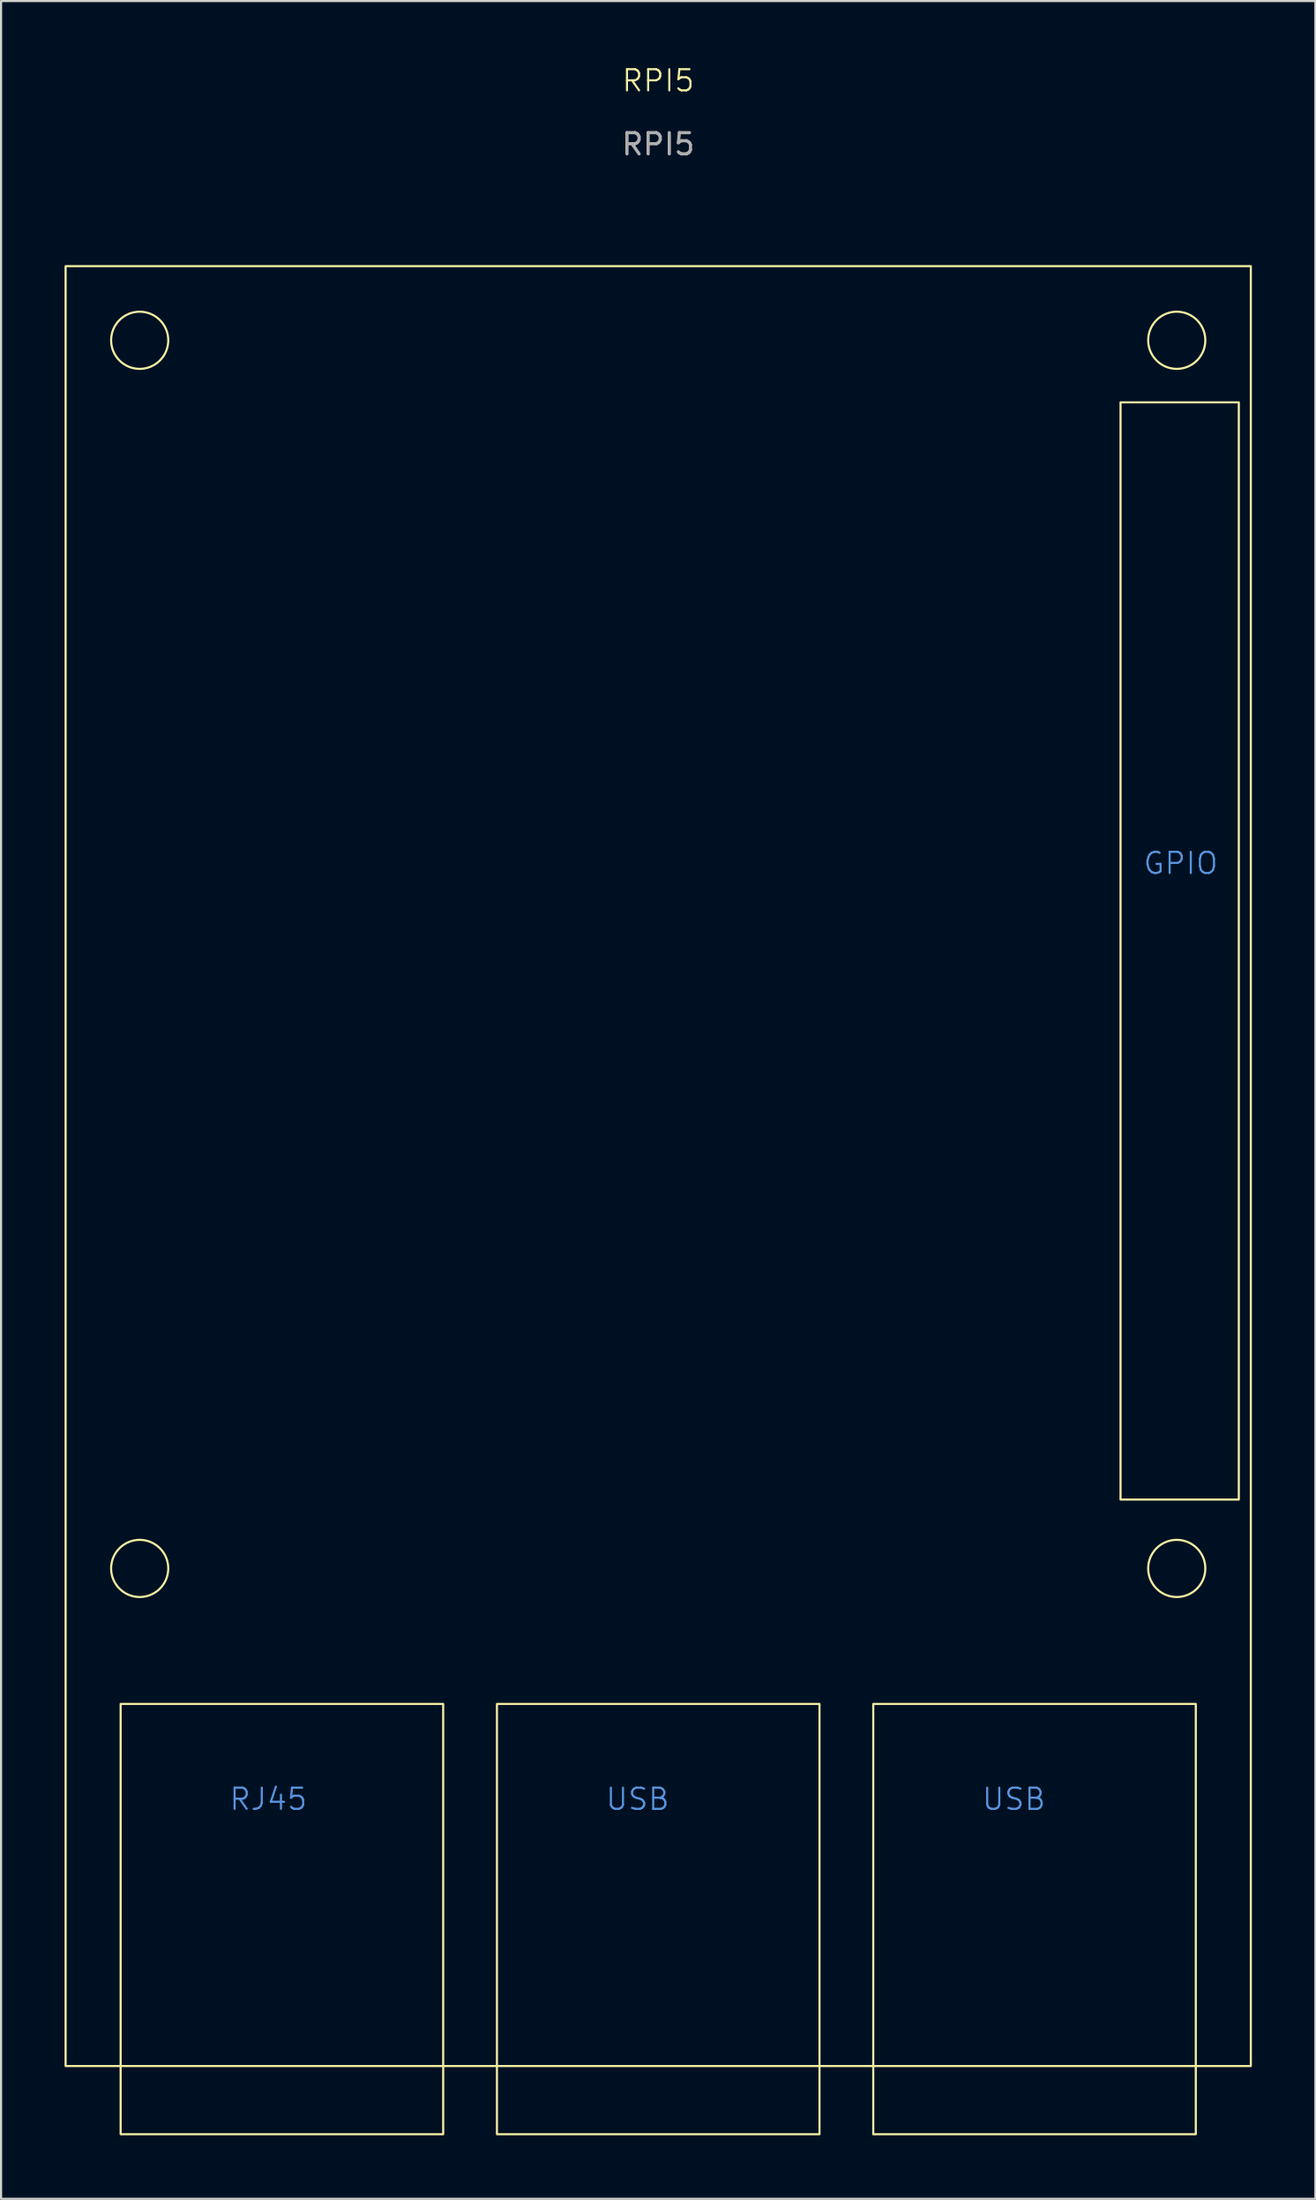
<source format=kicad_pcb>
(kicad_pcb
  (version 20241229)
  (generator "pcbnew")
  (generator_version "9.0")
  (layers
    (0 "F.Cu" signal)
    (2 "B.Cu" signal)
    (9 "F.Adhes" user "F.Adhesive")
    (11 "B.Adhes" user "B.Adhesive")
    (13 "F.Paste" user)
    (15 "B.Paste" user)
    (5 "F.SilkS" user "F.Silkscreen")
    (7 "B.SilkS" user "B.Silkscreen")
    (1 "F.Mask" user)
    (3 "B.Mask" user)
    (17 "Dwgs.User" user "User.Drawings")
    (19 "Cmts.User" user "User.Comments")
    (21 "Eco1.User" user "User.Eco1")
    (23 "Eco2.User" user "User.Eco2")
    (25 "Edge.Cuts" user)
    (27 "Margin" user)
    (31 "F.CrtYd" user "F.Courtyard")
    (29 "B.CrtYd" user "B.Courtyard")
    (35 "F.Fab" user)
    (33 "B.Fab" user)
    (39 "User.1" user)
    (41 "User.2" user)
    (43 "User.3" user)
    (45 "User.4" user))
  (footprint "RPI5"
    (layer "F.Cu")
    (at 28.05 52.02)
    (property "Reference" "RPI5" (at 0 -51.26 0) (unlocked yes) (layer "F.SilkS") (effects (font (size 1 1) (thickness 0.1))))
    (attr smd)
    (fp_rect (start -28 -42.5) (end 28 42.5) (stroke (width 0.1) (type default)) (fill no) (layer "F.SilkS"))
    (fp_rect (start -10.16 25.4) (end -25.4 45.72) (stroke (width 0.1) (type default)) (fill no) (layer "F.SilkS"))
    (fp_rect (start 7.62 25.4) (end -7.62 45.72) (stroke (width 0.1) (type default)) (fill no) (layer "F.SilkS"))
    (fp_rect (start 21.844 -36.068) (end 27.432 15.748) (stroke (width 0.1) (type default)) (fill no) (layer "F.SilkS"))
    (fp_rect (start 25.4 25.4) (end 10.16 45.72) (stroke (width 0.1) (type default)) (fill no) (layer "F.SilkS"))
    (fp_circle (center -24.5 -39) (end -23.15 -39) (stroke (width 0.1) (type default)) (fill no) (layer "F.SilkS"))
    (fp_circle (center -24.5 19) (end -23.15 19) (stroke (width 0.1) (type default)) (fill no) (layer "F.SilkS"))
    (fp_circle (center 24.5 -39) (end 25.85 -39) (stroke (width 0.1) (type default)) (fill no) (layer "F.SilkS"))
    (fp_circle (center 24.5 19) (end 25.85 19) (stroke (width 0.1) (type default)) (fill no) (layer "F.SilkS"))
    (fp_text user "USB" (at -2.54 30.48 0) (unlocked yes) (layer "Cmts.User") (effects (font (size 1 1) (thickness 0.1)) (justify left bottom)))
    (fp_text user "RJ45" (at -20.32 30.48 0) (unlocked yes) (layer "Cmts.User") (effects (font (size 1 1) (thickness 0.1)) (justify left bottom)))
    (fp_text user "USB" (at 15.24 30.48 0) (unlocked yes) (layer "Cmts.User") (effects (font (size 1 1) (thickness 0.1)) (justify left bottom)))
    (fp_text user "GPIO" (at 22.86 -13.716 0) (unlocked yes) (layer "Cmts.User") (effects (font (size 1 1) (thickness 0.1)) (justify left bottom)))
    (fp_text user "${REFERENCE}" (at 0 -48.26 0) (unlocked yes) (layer "F.Fab") (effects (font (size 1 1) (thickness 0.15)))))
  (gr_rect
    (start -3 -3)
    (end 59.1 100.79)
    (stroke (width 0.1) (type default))
    (fill no)
    (layer "Edge.Cuts")))
</source>
